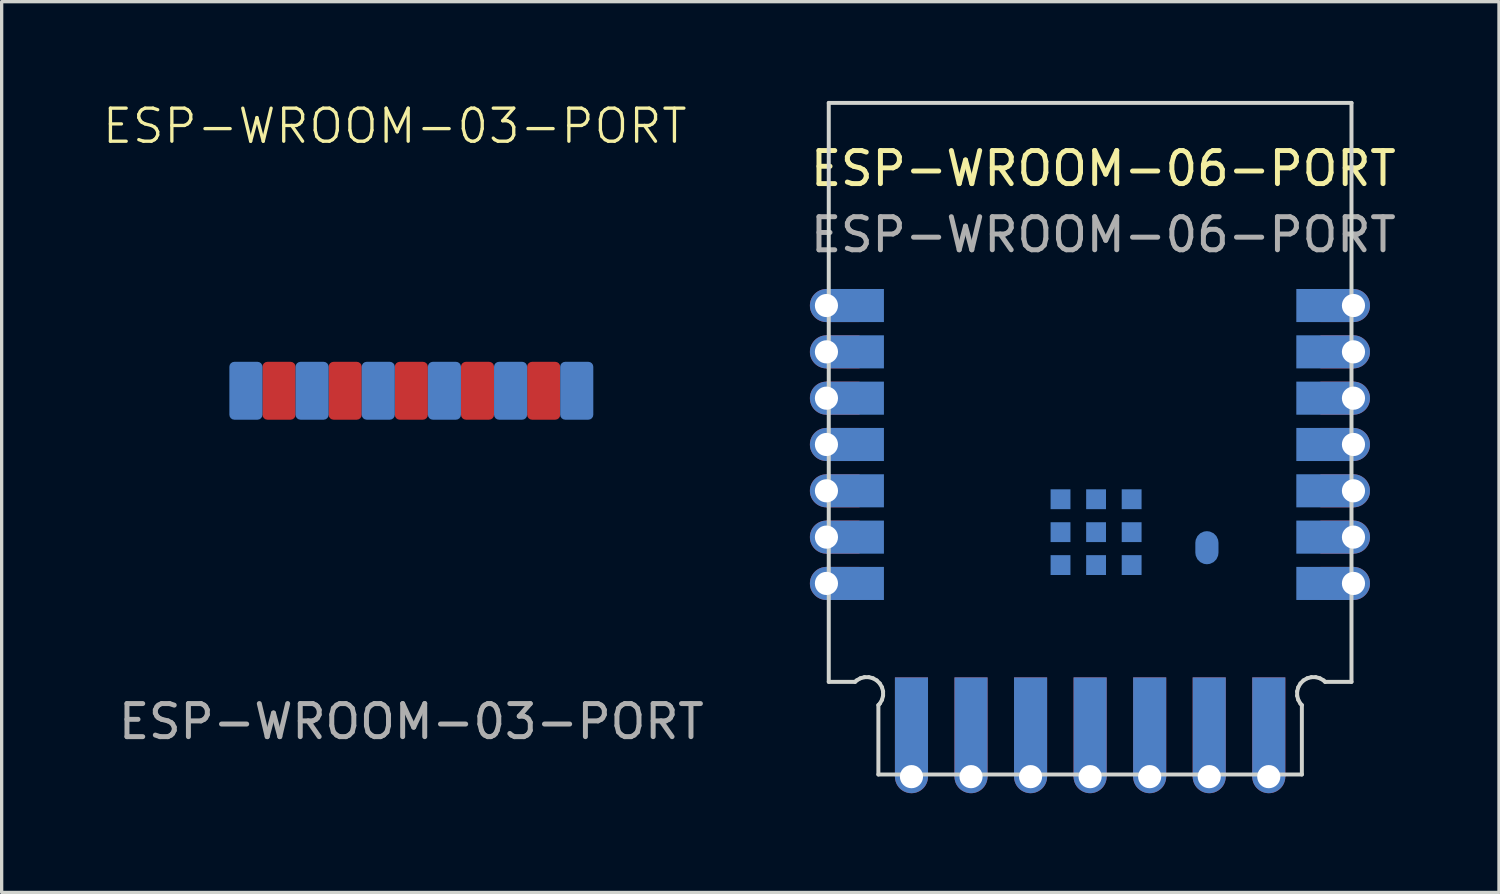
<source format=kicad_pcb>
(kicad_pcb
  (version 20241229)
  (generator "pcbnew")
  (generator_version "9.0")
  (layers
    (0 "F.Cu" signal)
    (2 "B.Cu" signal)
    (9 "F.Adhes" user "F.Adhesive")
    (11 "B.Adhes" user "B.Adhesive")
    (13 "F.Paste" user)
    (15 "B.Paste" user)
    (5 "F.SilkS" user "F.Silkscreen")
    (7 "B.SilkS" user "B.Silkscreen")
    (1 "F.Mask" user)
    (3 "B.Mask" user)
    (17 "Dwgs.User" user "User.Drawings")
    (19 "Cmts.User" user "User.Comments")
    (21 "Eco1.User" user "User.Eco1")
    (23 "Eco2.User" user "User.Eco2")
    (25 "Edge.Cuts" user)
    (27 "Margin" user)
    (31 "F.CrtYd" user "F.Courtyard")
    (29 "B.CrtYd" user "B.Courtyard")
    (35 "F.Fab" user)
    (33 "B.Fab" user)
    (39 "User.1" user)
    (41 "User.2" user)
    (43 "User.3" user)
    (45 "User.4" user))
  (footprint "ESP-WROOM-03-PORT"
    (layer "F.Cu")
    (at 9.383 8.761)
    (property "Reference" "ESP-WROOM-03-PORT" (at -0.5 -8 0) (unlocked yes) (layer "F.SilkS") (effects (font (size 1 1) (thickness 0.1))))
    (attr through_hole)
    (fp_text user "${REFERENCE}" (at 0 10 0) (unlocked yes) (layer "F.Fab") (effects (font (size 1 1) (thickness 0.15))))
    (pad "1" smd roundrect (at -4 0 90) (size 1.75 1) (layers "F.Cu" "F.Mask" "F.Paste") (roundrect_rratio 0.15))
    (pad "2" smd roundrect (at -2 0 90) (size 1.75 1) (layers "F.Cu" "F.Mask" "F.Paste") (roundrect_rratio 0.15))
    (pad "3" smd roundrect (at 0 0 90) (size 1.75 1) (layers "F.Cu" "F.Mask" "F.Paste") (roundrect_rratio 0.15))
    (pad "4" smd roundrect (at 2 0 90) (size 1.75 1) (layers "F.Cu" "F.Mask" "F.Paste") (roundrect_rratio 0.15))
    (pad "5" smd roundrect (at 4 0 90) (size 1.75 1) (layers "F.Cu" "F.Mask" "F.Paste") (roundrect_rratio 0.15))
    (pad "6" smd roundrect (at -5 0 270) (size 1.75 1) (layers "B.Cu" "B.Mask" "B.Paste") (roundrect_rratio 0.15))
    (pad "7" smd roundrect (at -3 0 270) (size 1.75 1) (layers "B.Cu" "B.Mask" "B.Paste") (roundrect_rratio 0.15))
    (pad "8" smd roundrect (at -1 0 270) (size 1.75 1) (layers "B.Cu" "B.Mask" "B.Paste") (roundrect_rratio 0.15))
    (pad "9" smd roundrect (at 1 0 270) (size 1.75 1) (layers "B.Cu" "B.Mask" "B.Paste") (roundrect_rratio 0.15))
    (pad "10" smd roundrect (at 3 0 270) (size 1.75 1) (layers "B.Cu" "B.Mask" "B.Paste") (roundrect_rratio 0.15))
    (pad "11" smd roundrect (at 5 0 270) (size 1.75 1) (layers "B.Cu" "B.Mask" "B.Paste") (roundrect_rratio 0.15)))
  (footprint "ESP-WROOM-06-PORT"
    (layer "F.Cu")
    (at 29.9 10.235)
    (property "Reference" "ESP-WROOM-06-PORT" (at 0.4 -8.19 0) (unlocked yes) (layer "F.SilkS") (effects (font (size 1 1) (thickness 0.15))))
    (attr smd)
    (fp_line (start -7.9 -10.175) (end 7.9 -10.175) (stroke (width 0.12) (type default)) (layer "Edge.Cuts"))
    (fp_line (start -7.9 7.325) (end -7.9 -10.175) (stroke (width 0.12) (type default)) (layer "Edge.Cuts"))
    (fp_line (start -7.9 7.325) (end -7.104 7.325) (stroke (width 0.12) (type solid)) (layer "Edge.Cuts"))
    (fp_line (start -7.058 7.282) (end -7.104 7.325) (stroke (width 0.12) (type default)) (layer "Edge.Cuts"))
    (fp_line (start -6.945 7.217) (end -7.058 7.282) (stroke (width 0.12) (type default)) (layer "Edge.Cuts"))
    (fp_line (start -6.819 7.183) (end -6.945 7.217) (stroke (width 0.12) (type default)) (layer "Edge.Cuts"))
    (fp_line (start -6.688 7.183) (end -6.819 7.183) (stroke (width 0.12) (type default)) (layer "Edge.Cuts"))
    (fp_line (start -6.562 7.217) (end -6.688 7.183) (stroke (width 0.12) (type default)) (layer "Edge.Cuts"))
    (fp_line (start -6.449 7.282) (end -6.562 7.217) (stroke (width 0.12) (type default)) (layer "Edge.Cuts"))
    (fp_line (start -6.4 8.026) (end -6.357 7.983) (stroke (width 0.12) (type default)) (layer "Edge.Cuts"))
    (fp_line (start -6.4 10.125) (end -6.4 8.026) (stroke (width 0.12) (type default)) (layer "Edge.Cuts"))
    (fp_line (start -6.357 7.374) (end -6.449 7.282) (stroke (width 0.12) (type default)) (layer "Edge.Cuts"))
    (fp_line (start -6.357 7.983) (end -6.292 7.87) (stroke (width 0.12) (type default)) (layer "Edge.Cuts"))
    (fp_line (start -6.292 7.487) (end -6.357 7.374) (stroke (width 0.12) (type default)) (layer "Edge.Cuts"))
    (fp_line (start -6.292 7.87) (end -6.258 7.744) (stroke (width 0.12) (type default)) (layer "Edge.Cuts"))
    (fp_line (start -6.258 7.613) (end -6.292 7.487) (stroke (width 0.12) (type default)) (layer "Edge.Cuts"))
    (fp_line (start -6.258 7.613) (end -6.258 7.613) (stroke (width 0.12) (type default)) (layer "Edge.Cuts"))
    (fp_line (start -6.258 7.744) (end -6.258 7.613) (stroke (width 0.12) (type default)) (layer "Edge.Cuts"))
    (fp_line (start 6.258 7.613) (end 6.258 7.744) (stroke (width 0.12) (type default)) (layer "Edge.Cuts"))
    (fp_line (start 6.258 7.744) (end 6.292 7.87) (stroke (width 0.12) (type default)) (layer "Edge.Cuts"))
    (fp_line (start 6.292 7.487) (end 6.258 7.613) (stroke (width 0.12) (type default)) (layer "Edge.Cuts"))
    (fp_line (start 6.292 7.87) (end 6.357 7.983) (stroke (width 0.12) (type default)) (layer "Edge.Cuts"))
    (fp_line (start 6.357 7.374) (end 6.292 7.487) (stroke (width 0.12) (type default)) (layer "Edge.Cuts"))
    (fp_line (start 6.357 7.983) (end 6.4 8.026) (stroke (width 0.12) (type default)) (layer "Edge.Cuts"))
    (fp_line (start 6.4 8.026) (end 6.4 10.125) (stroke (width 0.12) (type default)) (layer "Edge.Cuts"))
    (fp_line (start 6.4 10.125) (end -6.4 10.125) (stroke (width 0.12) (type default)) (layer "Edge.Cuts"))
    (fp_line (start 6.449 7.282) (end 6.357 7.374) (stroke (width 0.12) (type default)) (layer "Edge.Cuts"))
    (fp_line (start 6.562 7.217) (end 6.449 7.282) (stroke (width 0.12) (type default)) (layer "Edge.Cuts"))
    (fp_line (start 6.688 7.183) (end 6.562 7.217) (stroke (width 0.12) (type default)) (layer "Edge.Cuts"))
    (fp_line (start 6.819 7.183) (end 6.688 7.183) (stroke (width 0.12) (type default)) (layer "Edge.Cuts"))
    (fp_line (start 6.945 7.217) (end 6.819 7.183) (stroke (width 0.12) (type default)) (layer "Edge.Cuts"))
    (fp_line (start 7.058 7.282) (end 6.945 7.217) (stroke (width 0.12) (type default)) (layer "Edge.Cuts"))
    (fp_line (start 7.104 7.328) (end 7.058 7.282) (stroke (width 0.12) (type default)) (layer "Edge.Cuts"))
    (fp_line (start 7.9 -10.175) (end 7.9 7.325) (stroke (width 0.12) (type default)) (layer "Edge.Cuts"))
    (fp_line (start 7.9 7.325) (end 7.104 7.325) (stroke (width 0.12) (type solid)) (layer "Edge.Cuts"))
    (fp_text user "${REFERENCE}" (at 0.4 -6.19 0) (unlocked yes) (layer "F.Fab") (effects (font (size 1 1) (thickness 0.15))))
    (pad "1" thru_hole circle (at -7.97 -4.05) (size 1 1) (drill 0.7) (layers "*.Cu" "*.Mask") (padstack (mode front_inner_back) (layer "Inner" (shape circle) (size 1 1)) (layer "B.Cu" (shape circle) (size 1 1))))
    (pad "1" connect rect (at -7.47 -4.05) (size 1 1) (layers "F.Cu" "F.Mask"))
    (pad "1" connect rect (at -7.1 -4.05) (size 1.735 1) (layers "B.Cu" "B.Mask"))
    (pad "2" thru_hole circle (at -7.97 -2.65) (size 1 1) (drill 0.7) (layers "*.Cu" "*.Mask"))
    (pad "2" connect rect (at -7.47 -2.65) (size 1 1) (layers "F.Cu" "F.Mask"))
    (pad "2" connect rect (at -7.1 -2.65) (size 1.735 1) (layers "B.Cu" "B.Mask"))
    (pad "3" thru_hole circle (at -7.97 -1.25) (size 1 1) (drill 0.7) (layers "*.Cu" "*.Mask"))
    (pad "3" connect rect (at -7.47 -1.25) (size 1 1) (layers "F.Cu" "F.Mask"))
    (pad "3" connect rect (at -7.1 -1.25) (size 1.735 1) (layers "B.Cu" "B.Mask"))
    (pad "4" thru_hole circle (at -7.97 0.15) (size 1 1) (drill 0.7) (layers "*.Cu" "*.Mask"))
    (pad "4" connect rect (at -7.47 0.15) (size 1 1) (layers "F.Cu" "F.Mask"))
    (pad "4" connect rect (at -7.1 0.15) (size 1.735 1) (layers "B.Cu" "B.Mask"))
    (pad "5" thru_hole circle (at -7.97 1.55) (size 1 1) (drill 0.7) (layers "*.Cu" "*.Mask"))
    (pad "5" connect rect (at -7.47 1.55) (size 1 1) (layers "F.Cu" "F.Mask"))
    (pad "5" connect rect (at -7.1 1.55) (size 1.735 1) (layers "B.Cu" "B.Mask"))
    (pad "6" thru_hole circle (at -7.97 2.95) (size 1 1) (drill 0.7) (layers "*.Cu" "*.Mask"))
    (pad "6" connect rect (at -7.47 2.95) (size 1 1) (layers "F.Cu" "F.Mask"))
    (pad "6" connect rect (at -7.1 2.95) (size 1.735 1) (layers "B.Cu" "B.Mask"))
    (pad "7" thru_hole circle (at -7.97 4.35) (size 1 1) (drill 0.7) (layers "*.Cu" "*.Mask"))
    (pad "7" connect rect (at -7.47 4.35) (size 1 1) (layers "F.Cu" "F.Mask"))
    (pad "7" connect rect (at -7.1 4.35) (size 1.735 1) (layers "B.Cu" "B.Mask"))
    (pad "8" connect rect (at -5.4 8.69 180) (size 1 3) (layers "F.Cu" "F.Mask"))
    (pad "8" connect rect (at -5.4 8.69 180) (size 1 3) (layers "B.Cu" "B.Mask"))
    (pad "8" thru_hole circle (at -5.4 10.19) (size 1 1) (drill 0.7) (layers "*.Cu" "*.Mask"))
    (pad "9" connect rect (at -3.6 8.69 180) (size 1 3) (layers "F.Cu" "F.Mask"))
    (pad "9" connect rect (at -3.6 8.69 180) (size 1 3) (layers "B.Cu" "B.Mask"))
    (pad "9" thru_hole circle (at -3.6 10.19) (size 1 1) (drill 0.7) (layers "*.Cu" "*.Mask"))
    (pad "10" connect rect (at -1.8 8.69 180) (size 1 3) (layers "F.Cu" "F.Mask"))
    (pad "10" connect rect (at -1.8 8.69 180) (size 1 3) (layers "B.Cu" "B.Mask"))
    (pad "10" thru_hole circle (at -1.8 10.19) (size 1 1) (drill 0.7) (layers "*.Cu" "*.Mask"))
    (pad "11" connect rect (at 0 8.69 180) (size 1 3) (layers "F.Cu" "F.Mask"))
    (pad "11" connect rect (at 0 8.69 180) (size 1 3) (layers "B.Cu" "B.Mask"))
    (pad "11" thru_hole circle (at 0 10.19) (size 1 1) (drill 0.7) (layers "*.Cu" "*.Mask"))
    (pad "12" connect rect (at 1.8 8.69 180) (size 1 3) (layers "F.Cu" "F.Mask"))
    (pad "12" connect rect (at 1.8 8.69 180) (size 1 3) (layers "B.Cu" "B.Mask"))
    (pad "12" thru_hole circle (at 1.8 10.19) (size 1 1) (drill 0.7) (layers "*.Cu" "*.Mask"))
    (pad "13" connect rect (at 3.6 8.69 180) (size 1 3) (layers "F.Cu" "F.Mask"))
    (pad "13" connect rect (at 3.6 8.69 180) (size 1 3) (layers "B.Cu" "B.Mask"))
    (pad "13" thru_hole circle (at 3.6 10.19) (size 1 1) (drill 0.7) (layers "*.Cu" "*.Mask"))
    (pad "14" connect rect (at 5.4 8.69 180) (size 1 3) (layers "F.Cu" "F.Mask"))
    (pad "14" connect rect (at 5.4 8.69 180) (size 1 3) (layers "B.Cu" "B.Mask"))
    (pad "14" thru_hole circle (at 5.4 10.19) (size 1 1) (drill 0.7) (layers "*.Cu" "*.Mask"))
    (pad "15" connect rect (at 7.1 4.35) (size 1.735 1) (layers "B.Cu" "B.Mask"))
    (pad "15" connect rect (at 7.46 4.35) (size 1 1) (layers "F.Cu" "F.Mask"))
    (pad "15" thru_hole circle (at 7.96 4.35) (size 1 1) (drill 0.7) (layers "*.Cu" "*.Mask"))
    (pad "16" connect rect (at 7.1 2.95) (size 1.735 1) (layers "B.Cu" "B.Mask"))
    (pad "16" connect rect (at 7.46 2.95) (size 1 1) (layers "F.Cu" "F.Mask"))
    (pad "16" thru_hole circle (at 7.96 2.95) (size 1 1) (drill 0.7) (layers "*.Cu" "*.Mask"))
    (pad "17" connect rect (at 7.1 1.55) (size 1.735 1) (layers "B.Cu" "B.Mask"))
    (pad "17" connect rect (at 7.46 1.55) (size 1 1) (layers "F.Cu" "F.Mask"))
    (pad "17" thru_hole circle (at 7.96 1.55) (size 1 1) (drill 0.7) (layers "*.Cu" "*.Mask"))
    (pad "18" connect rect (at 7.1 0.15) (size 1.735 1) (layers "B.Cu" "B.Mask"))
    (pad "18" connect rect (at 7.46 0.15) (size 1 1) (layers "F.Cu" "F.Mask"))
    (pad "18" thru_hole circle (at 7.96 0.15) (size 1 1) (drill 0.7) (layers "*.Cu" "*.Mask"))
    (pad "19" connect rect (at 7.1 -1.25) (size 1.735 1) (layers "B.Cu" "B.Mask"))
    (pad "19" connect rect (at 7.46 -1.25) (size 1 1) (layers "F.Cu" "F.Mask"))
    (pad "19" thru_hole circle (at 7.96 -1.25) (size 1 1) (drill 0.7) (layers "*.Cu" "*.Mask"))
    (pad "20" smd roundrect (at 3.53 3.27 180) (size 0.7 1) (layers "B.Cu" "B.Mask" "B.Paste") (roundrect_rratio 0.5))
    (pad "20" connect rect (at 7.1 -2.65) (size 1.735 1) (layers "B.Cu" "B.Mask"))
    (pad "20" connect rect (at 7.46 -2.65) (size 1 1) (layers "F.Cu" "F.Mask"))
    (pad "20" thru_hole circle (at 7.96 -2.65) (size 1 1) (drill 0.7) (layers "*.Cu" "*.Mask"))
    (pad "21" connect rect (at 7.1 -4.05) (size 1.735 1) (layers "B.Cu" "B.Mask"))
    (pad "21" connect rect (at 7.46 -4.05) (size 1 1) (layers "F.Cu" "F.Mask"))
    (pad "21" thru_hole circle (at 7.96 -4.05) (size 1 1) (drill 0.7) (layers "*.Cu" "*.Mask"))
    (pad "22" smd rect (at -0.895 1.805 180) (size 0.6 0.6) (layers "B.Cu" "B.Mask" "B.Paste"))
    (pad "22" smd rect (at -0.895 2.8 180) (size 0.6 0.6) (layers "B.Cu" "B.Mask" "B.Paste"))
    (pad "22" smd rect (at -0.895 3.795 180) (size 0.6 0.6) (layers "B.Cu" "B.Mask" "B.Paste"))
    (pad "22" smd rect (at 0.18 1.805 180) (size 0.6 0.6) (layers "B.Cu" "B.Mask" "B.Paste"))
    (pad "22" smd rect (at 0.18 2.8 180) (size 0.6 0.6) (layers "B.Cu" "B.Mask" "B.Paste"))
    (pad "22" smd rect (at 0.18 3.795 180) (size 0.6 0.6) (layers "B.Cu" "B.Mask" "B.Paste"))
    (pad "22" smd rect (at 1.255 1.805 180) (size 0.6 0.6) (layers "B.Cu" "B.Mask" "B.Paste"))
    (pad "22" smd rect (at 1.255 2.8 180) (size 0.6 0.6) (layers "B.Cu" "B.Mask" "B.Paste"))
    (pad "22" smd rect (at 1.255 3.795 180) (size 0.6 0.6) (layers "B.Cu" "B.Mask" "B.Paste")))
  (gr_rect
    (start -3 -3)
    (end 42.258 23.925)
    (stroke (width 0.1) (type default))
    (fill no)
    (layer "Edge.Cuts")))
</source>
